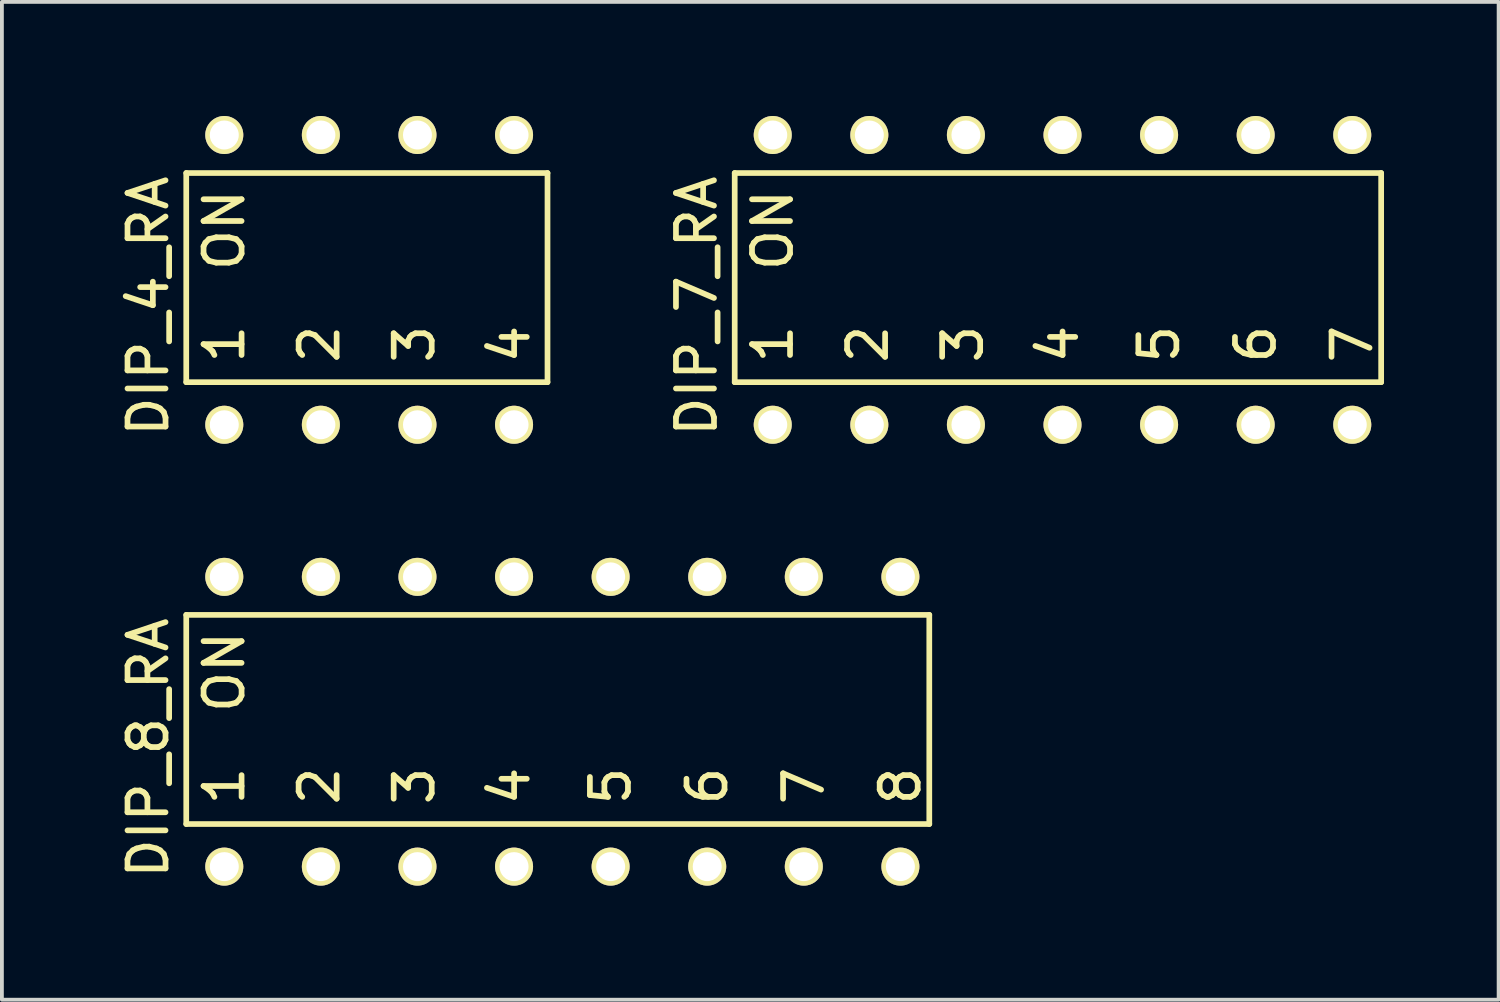
<source format=kicad_pcb>
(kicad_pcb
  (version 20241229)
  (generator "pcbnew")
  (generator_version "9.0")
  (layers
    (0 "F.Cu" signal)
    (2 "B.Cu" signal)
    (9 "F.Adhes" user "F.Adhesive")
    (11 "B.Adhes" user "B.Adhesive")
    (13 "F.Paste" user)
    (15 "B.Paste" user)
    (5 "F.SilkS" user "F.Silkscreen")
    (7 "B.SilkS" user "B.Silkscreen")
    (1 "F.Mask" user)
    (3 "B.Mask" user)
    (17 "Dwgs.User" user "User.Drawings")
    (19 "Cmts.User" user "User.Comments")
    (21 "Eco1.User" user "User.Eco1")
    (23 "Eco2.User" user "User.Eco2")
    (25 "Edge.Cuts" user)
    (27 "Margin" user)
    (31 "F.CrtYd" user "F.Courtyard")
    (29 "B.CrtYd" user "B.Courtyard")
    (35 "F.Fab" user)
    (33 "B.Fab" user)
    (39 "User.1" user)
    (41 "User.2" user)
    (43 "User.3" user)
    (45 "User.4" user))
  (footprint "DIP_8_RA"
    (layer "F.Cu")
    (at 2.848 12.12)
    (property "Reference" "DIP_8_RA" (at -2 4.5 90) (layer "F.SilkS") (effects (font (size 1 1) (thickness 0.15))))
    (attr through_hole)
    (fp_line (start -1 1) (end 18.54 1) (stroke (width 0.15) (type solid)) (layer "F.SilkS"))
    (fp_line (start -1 6.5) (end -1 1) (stroke (width 0.15) (type solid)) (layer "F.SilkS"))
    (fp_line (start 18.54 1) (end 18.54 6.5) (stroke (width 0.15) (type solid)) (layer "F.SilkS"))
    (fp_line (start 18.54 6.5) (end -1 6.5) (stroke (width 0.15) (type solid)) (layer "F.SilkS"))
    (fp_text user "7" (at 15.24 5.5 90) (layer "F.SilkS") (effects (font (size 1 1) (thickness 0.15))))
    (fp_text user "4" (at 7.5 5.5 90) (layer "F.SilkS") (effects (font (size 1 1) (thickness 0.15))))
    (fp_text user "3" (at 5 5.5 90) (layer "F.SilkS") (effects (font (size 1 1) (thickness 0.15))))
    (fp_text user "8" (at 17.78 5.5 90) (layer "F.SilkS") (effects (font (size 1 1) (thickness 0.15))))
    (fp_text user "ON" (at 0 2.5 90) (layer "F.SilkS") (effects (font (size 1 1) (thickness 0.15))))
    (fp_text user "5" (at 10.16 5.5 90) (layer "F.SilkS") (effects (font (size 1 1) (thickness 0.15))))
    (fp_text user "6" (at 12.7 5.5 90) (layer "F.SilkS") (effects (font (size 1 1) (thickness 0.15))))
    (fp_text user "1" (at 0 5.5 90) (layer "F.SilkS") (effects (font (size 1 1) (thickness 0.15))))
    (fp_text user "2" (at 2.5 5.5 90) (layer "F.SilkS") (effects (font (size 1 1) (thickness 0.15))))
    (pad "1" thru_hole circle (at 0 7.62) (size 1 1) (drill 0.762) (layers "*.Cu" "*.Mask" "F.SilkS"))
    (pad "2" thru_hole circle (at 2.54 7.62) (size 1 1) (drill 0.762) (layers "*.Cu" "*.Mask" "F.SilkS"))
    (pad "3" thru_hole circle (at 5.08 7.62) (size 1 1) (drill 0.762) (layers "*.Cu" "*.Mask" "F.SilkS"))
    (pad "4" thru_hole circle (at 7.62 7.62) (size 1 1) (drill 0.762) (layers "*.Cu" "*.Mask" "F.SilkS"))
    (pad "5" thru_hole circle (at 10.16 7.62) (size 1 1) (drill 0.762) (layers "*.Cu" "*.Mask" "F.SilkS"))
    (pad "6" thru_hole circle (at 12.7 7.62) (size 1 1) (drill 0.762) (layers "*.Cu" "*.Mask" "F.SilkS"))
    (pad "7" thru_hole circle (at 15.24 7.62) (size 1 1) (drill 0.762) (layers "*.Cu" "*.Mask" "F.SilkS"))
    (pad "8" thru_hole circle (at 17.78 7.62) (size 1 1) (drill 0.762) (layers "*.Cu" "*.Mask" "F.SilkS"))
    (pad "9" thru_hole circle (at 17.78 0) (size 1 1) (drill 0.762) (layers "*.Cu" "*.Mask" "F.SilkS"))
    (pad "10" thru_hole circle (at 15.24 0) (size 1 1) (drill 0.762) (layers "*.Cu" "*.Mask" "F.SilkS"))
    (pad "11" thru_hole circle (at 12.7 0) (size 1 1) (drill 0.762) (layers "*.Cu" "*.Mask" "F.SilkS"))
    (pad "12" thru_hole circle (at 10.16 0) (size 1 1) (drill 0.762) (layers "*.Cu" "*.Mask" "F.SilkS"))
    (pad "13" thru_hole circle (at 7.62 0) (size 1 1) (drill 0.762) (layers "*.Cu" "*.Mask" "F.SilkS"))
    (pad "14" thru_hole circle (at 5.08 0) (size 1 1) (drill 0.762) (layers "*.Cu" "*.Mask" "F.SilkS"))
    (pad "15" thru_hole circle (at 2.54 0) (size 1 1) (drill 0.762) (layers "*.Cu" "*.Mask" "F.SilkS"))
    (pad "16" thru_hole circle (at 0 0) (size 1 1) (drill 0.762) (layers "*.Cu" "*.Mask" "F.SilkS")))
  (footprint "DIP_7_RA"
    (layer "F.Cu")
    (at 17.271 0.5)
    (property "Reference" "DIP_7_RA" (at -2 4.5 90) (layer "F.SilkS") (effects (font (size 1 1) (thickness 0.15))))
    (attr through_hole)
    (fp_line (start -1 1) (end 16 1) (stroke (width 0.15) (type solid)) (layer "F.SilkS"))
    (fp_line (start -1 6.5) (end -1 1) (stroke (width 0.15) (type solid)) (layer "F.SilkS"))
    (fp_line (start 16 1) (end 16 6.5) (stroke (width 0.15) (type solid)) (layer "F.SilkS"))
    (fp_line (start 16 6.5) (end -1 6.5) (stroke (width 0.15) (type solid)) (layer "F.SilkS"))
    (fp_text user "5" (at 10.16 5.5 90) (layer "F.SilkS") (effects (font (size 1 1) (thickness 0.15))))
    (fp_text user "1" (at 0 5.5 90) (layer "F.SilkS") (effects (font (size 1 1) (thickness 0.15))))
    (fp_text user "7" (at 15.24 5.5 90) (layer "F.SilkS") (effects (font (size 1 1) (thickness 0.15))))
    (fp_text user "4" (at 7.5 5.5 90) (layer "F.SilkS") (effects (font (size 1 1) (thickness 0.15))))
    (fp_text user "2" (at 2.5 5.5 90) (layer "F.SilkS") (effects (font (size 1 1) (thickness 0.15))))
    (fp_text user "3" (at 5 5.5 90) (layer "F.SilkS") (effects (font (size 1 1) (thickness 0.15))))
    (fp_text user "ON" (at 0 2.5 90) (layer "F.SilkS") (effects (font (size 1 1) (thickness 0.15))))
    (fp_text user "6" (at 12.7 5.5 90) (layer "F.SilkS") (effects (font (size 1 1) (thickness 0.15))))
    (pad "1" thru_hole circle (at 0 7.62) (size 1 1) (drill 0.762) (layers "*.Cu" "*.Mask" "F.SilkS"))
    (pad "2" thru_hole circle (at 2.54 7.62) (size 1 1) (drill 0.762) (layers "*.Cu" "*.Mask" "F.SilkS"))
    (pad "3" thru_hole circle (at 5.08 7.62) (size 1 1) (drill 0.762) (layers "*.Cu" "*.Mask" "F.SilkS"))
    (pad "4" thru_hole circle (at 7.62 7.62) (size 1 1) (drill 0.762) (layers "*.Cu" "*.Mask" "F.SilkS"))
    (pad "5" thru_hole circle (at 10.16 7.62) (size 1 1) (drill 0.762) (layers "*.Cu" "*.Mask" "F.SilkS"))
    (pad "6" thru_hole circle (at 12.7 7.62) (size 1 1) (drill 0.762) (layers "*.Cu" "*.Mask" "F.SilkS"))
    (pad "7" thru_hole circle (at 15.24 7.62) (size 1 1) (drill 0.762) (layers "*.Cu" "*.Mask" "F.SilkS"))
    (pad "8" thru_hole circle (at 15.24 0) (size 1 1) (drill 0.762) (layers "*.Cu" "*.Mask" "F.SilkS"))
    (pad "9" thru_hole circle (at 12.7 0) (size 1 1) (drill 0.762) (layers "*.Cu" "*.Mask" "F.SilkS"))
    (pad "10" thru_hole circle (at 10.16 0) (size 1 1) (drill 0.762) (layers "*.Cu" "*.Mask" "F.SilkS"))
    (pad "11" thru_hole circle (at 7.62 0) (size 1 1) (drill 0.762) (layers "*.Cu" "*.Mask" "F.SilkS"))
    (pad "12" thru_hole circle (at 5.08 0) (size 1 1) (drill 0.762) (layers "*.Cu" "*.Mask" "F.SilkS"))
    (pad "13" thru_hole circle (at 2.54 0) (size 1 1) (drill 0.762) (layers "*.Cu" "*.Mask" "F.SilkS"))
    (pad "14" thru_hole circle (at 0 0) (size 1 1) (drill 0.762) (layers "*.Cu" "*.Mask" "F.SilkS")))
  (footprint "DIP_4_RA"
    (layer "F.Cu")
    (at 2.848 0.5)
    (property "Reference" "DIP_4_RA" (at -2 4.5 90) (layer "F.SilkS") (effects (font (size 1 1) (thickness 0.15))))
    (attr through_hole)
    (fp_line (start -1 1) (end 8.5 1) (stroke (width 0.15) (type solid)) (layer "F.SilkS"))
    (fp_line (start -1 6.5) (end -1 1) (stroke (width 0.15) (type solid)) (layer "F.SilkS"))
    (fp_line (start 8.5 1) (end 8.5 6.5) (stroke (width 0.15) (type solid)) (layer "F.SilkS"))
    (fp_line (start 8.5 6.5) (end -1 6.5) (stroke (width 0.15) (type solid)) (layer "F.SilkS"))
    (fp_text user "4" (at 7.5 5.5 270) (layer "F.SilkS") (effects (font (size 1 1) (thickness 0.15))))
    (fp_text user "2" (at 2.5 5.5 90) (layer "F.SilkS") (effects (font (size 1 1) (thickness 0.15))))
    (fp_text user "1" (at 0 5.5 90) (layer "F.SilkS") (effects (font (size 1 1) (thickness 0.15))))
    (fp_text user "ON" (at 0 2.5 90) (layer "F.SilkS") (effects (font (size 1 1) (thickness 0.15))))
    (fp_text user "3" (at 5 5.5 90) (layer "F.SilkS") (effects (font (size 1 1) (thickness 0.15))))
    (pad "1" thru_hole circle (at 0 7.62) (size 1 1) (drill 0.762) (layers "*.Cu" "*.Mask" "F.SilkS"))
    (pad "2" thru_hole circle (at 2.54 7.62) (size 1 1) (drill 0.762) (layers "*.Cu" "*.Mask" "F.SilkS"))
    (pad "3" thru_hole circle (at 5.08 7.62) (size 1 1) (drill 0.762) (layers "*.Cu" "*.Mask" "F.SilkS"))
    (pad "4" thru_hole circle (at 7.62 7.62) (size 1 1) (drill 0.762) (layers "*.Cu" "*.Mask" "F.SilkS"))
    (pad "5" thru_hole circle (at 7.62 0) (size 1 1) (drill 0.762) (layers "*.Cu" "*.Mask" "F.SilkS"))
    (pad "6" thru_hole circle (at 5.08 0) (size 1 1) (drill 0.762) (layers "*.Cu" "*.Mask" "F.SilkS"))
    (pad "7" thru_hole circle (at 2.54 0) (size 1 1) (drill 0.762) (layers "*.Cu" "*.Mask" "F.SilkS"))
    (pad "8" thru_hole circle (at 0 0) (size 1 1) (drill 0.762) (layers "*.Cu" "*.Mask" "F.SilkS")))
  (gr_rect
    (start -3 -3)
    (end 36.36 23.24)
    (stroke (width 0.1) (type default))
    (fill no)
    (layer "Edge.Cuts")))
</source>
